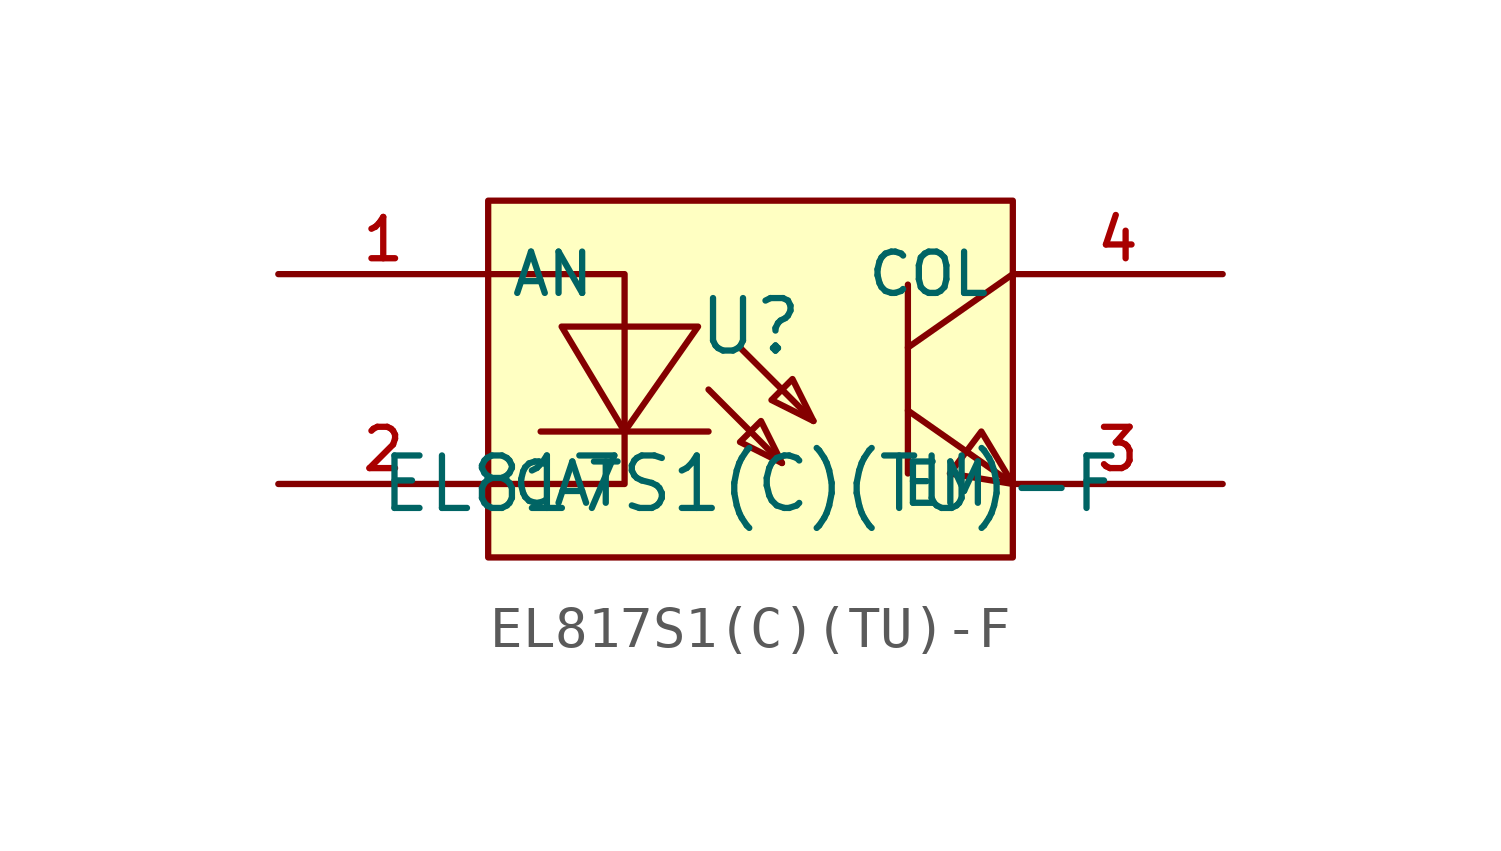
<source format=kicad_sym>
(kicad_symbol_lib
  (version 20210201)
  (generator TousstNicolas/JLC2KiCad_lib)
  (symbol "EL817S1(C)(TU)-F"
    (property "Reference" "U"
      (at 0 1.27 0)
      (effects (font (size 1.27 1.27))))
    (property "Value" "EL817S1(C)(TU)-F"
      (at 0 -2.54 0)
      (effects (font (size 1.27 1.27))))
    (symbol "EL817S1(C)(TU)-F_0_1"
      (rectangle (start -6.35 4.318) (end 6.35 -4.318) (stroke (width 0) (type default) (color 0 0 0 0)) (fill (type background)))
      (pin unspecified line (at -11.43 2.54 0) (length 5.08) (name "AN" (effects (font (size 1 1)))) (number "1" (effects (font (size 1 1)))))
      (pin unspecified line (at -11.43 -2.54 0) (length 5.08) (name "CAT" (effects (font (size 1 1)))) (number "2" (effects (font (size 1 1)))))
      (pin unspecified line (at 11.43 -2.54 180) (length 5.08) (name "EM" (effects (font (size 1 1)))) (number "3" (effects (font (size 1 1)))))
      (pin unspecified line (at 11.43 2.54 180) (length 5.08) (name "COL" (effects (font (size 1 1)))) (number "4" (effects (font (size 1 1)))))
      (polyline (pts (xy 6.35 2.54) (xy 3.81 0.762)) (stroke (width 0) (type default) (color 0 0 0 0)) (fill (type none)))
      (polyline (pts (xy 3.81 -0.762) (xy 6.35 -2.54)) (stroke (width 0) (type default) (color 0 0 0 0)) (fill (type none)))
      (polyline (pts (xy 3.81 2.286) (xy 3.81 -2.286)) (stroke (width 0) (type default) (color 0 0 0 0)) (fill (type none)))
      (polyline (pts (xy 6.35 -2.54) (xy 5.588 -1.27) (xy 4.826 -2.286) (xy 6.35 -2.54)) (stroke (width 0) (type default) (color 0 0 0 0)) (fill (type background)))
      (polyline (pts (xy 0.762 -2.032) (xy 0.254 -1.016) (xy -0.254 -1.524) (xy 0.762 -2.032)) (stroke (width 0) (type default) (color 0 0 0 0)) (fill (type background)))
      (polyline (pts (xy 1.524 -1.016) (xy 1.016 -0.0) (xy 0.508 -0.508) (xy 1.524 -1.016)) (stroke (width 0) (type default) (color 0 0 0 0)) (fill (type background)))
      (polyline (pts (xy -1.016 -0.254) (xy 0.762 -2.032)) (stroke (width 0) (type default) (color 0 0 0 0)) (fill (type none)))
      (polyline (pts (xy -0.254 0.762) (xy 1.524 -1.016)) (stroke (width 0) (type default) (color 0 0 0 0)) (fill (type none)))
      (polyline (pts (xy -1.016 -1.27) (xy -5.08 -1.27)) (stroke (width 0) (type default) (color 0 0 0 0)) (fill (type none)))
      (polyline (pts (xy -4.572 1.27) (xy -3.048 -1.27) (xy -1.27 1.27) (xy -4.572 1.27)) (stroke (width 0) (type default) (color 0 0 0 0)) (fill (type background)))
      (polyline (pts (xy -6.35 2.54) (xy -3.048 2.54) (xy -3.048 -2.54) (xy -6.35 -2.54)) (stroke (width 0) (type default) (color 0 0 0 0)) (fill (type none))))))
</source>
